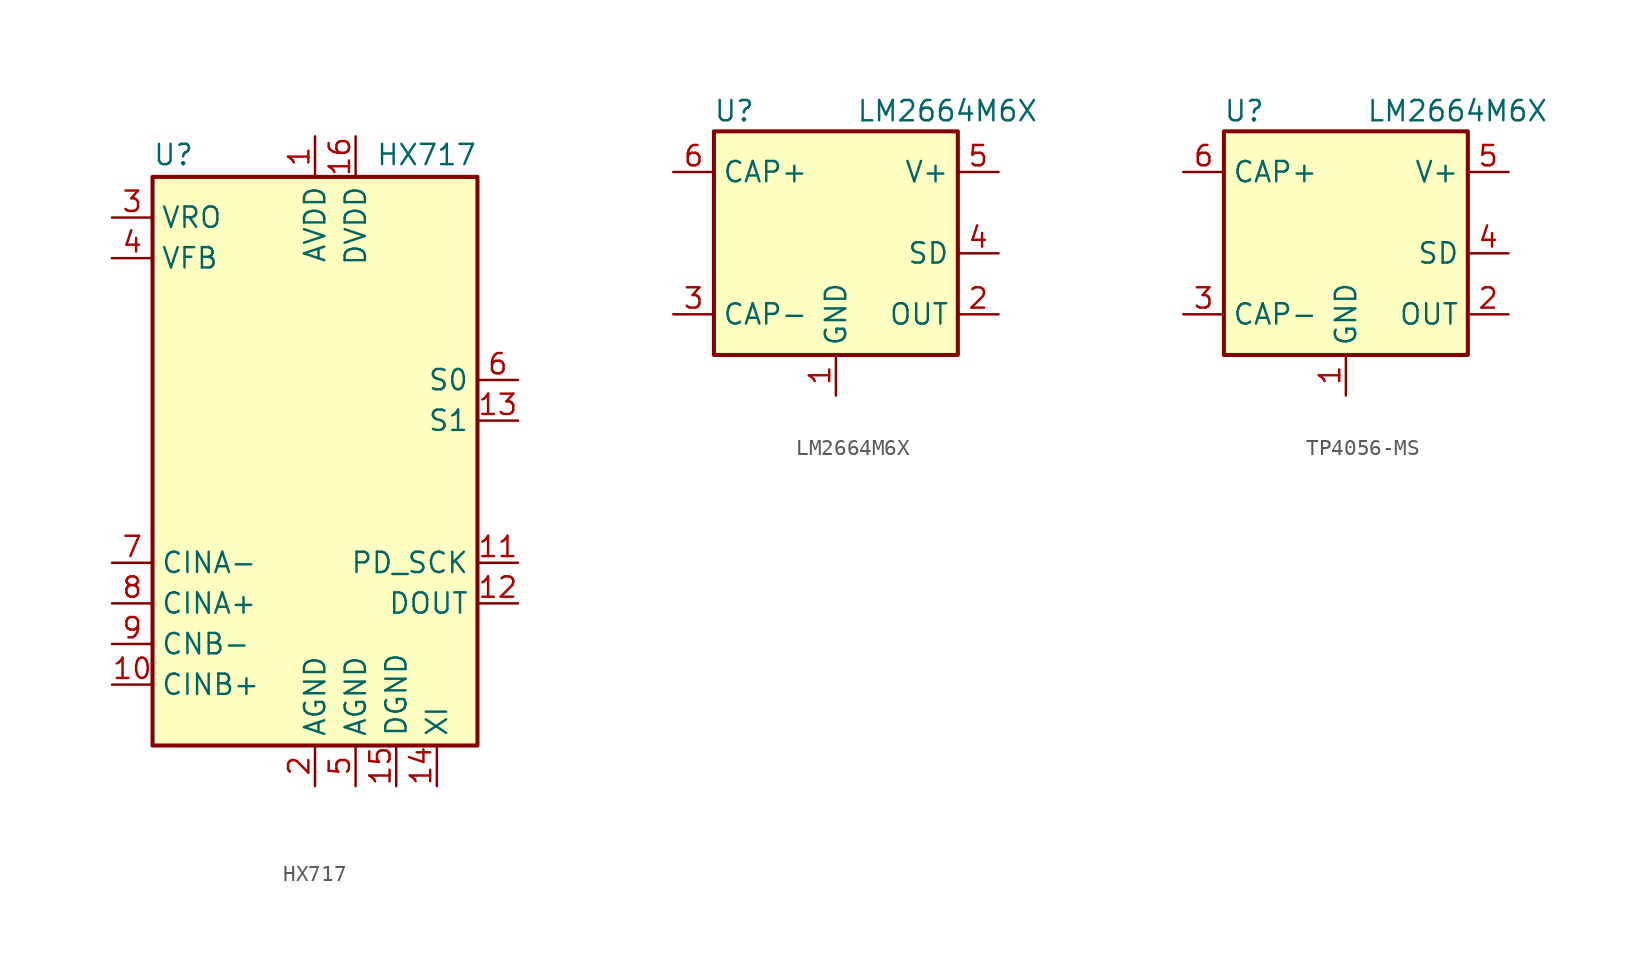
<source format=kicad_sym>
(kicad_symbol_lib
  (version 20220914)
  (generator kicad_symbol_editor)
  (symbol "HX717"
    (property "Reference" "U"
      (at -10.16 18.415 0)
      (effects (font (size 1.27 1.27)) (justify left bottom)))
    (property "Value" "HX717 "
      (at 10.16 18.415 0)
      (effects (font (size 1.27 1.27)) (justify right bottom)))
    (symbol "HX717_0_1"
      (rectangle (start -10.16 17.78) (end 10.16 -17.78) (stroke (width 0.254) (type default)) (fill (type background))))
    (symbol "HX717_1_1"
      (pin power_in line (at 0 20.32 270) (length 2.54) (name "AVDD" (effects (font (size 1.27 1.27)))) (number "1" (effects (font (size 1.27 1.27)))))
      (pin passive line (at -12.7 -13.97 0) (length 2.54) (name "CINB+" (effects (font (size 1.27 1.27)))) (number "10" (effects (font (size 1.27 1.27)))))
      (pin input line (at 12.7 -6.35 180) (length 2.54) (name "PD_SCK" (effects (font (size 1.27 1.27)))) (number "11" (effects (font (size 1.27 1.27)))))
      (pin output line (at 12.7 -8.89 180) (length 2.54) (name "DOUT" (effects (font (size 1.27 1.27)))) (number "12" (effects (font (size 1.27 1.27)))))
      (pin input line (at 12.7 2.54 180) (length 2.54) (name "S1" (effects (font (size 1.27 1.27)))) (number "13" (effects (font (size 1.27 1.27)))))
      (pin input line (at 7.62 -20.32 90) (length 2.54) (name "XI" (effects (font (size 1.27 1.27)))) (number "14" (effects (font (size 1.27 1.27)))))
      (pin power_in line (at 5.08 -20.32 90) (length 2.54) (name "DGND" (effects (font (size 1.27 1.27)))) (number "15" (effects (font (size 1.27 1.27)))))
      (pin power_in line (at 2.54 20.32 270) (length 2.54) (name "DVDD" (effects (font (size 1.27 1.27)))) (number "16" (effects (font (size 1.27 1.27)))))
      (pin power_in line (at 0 -20.32 90) (length 2.54) (name "AGND" (effects (font (size 1.27 1.27)))) (number "2" (effects (font (size 1.27 1.27)))))
      (pin power_in line (at -12.7 15.24 0) (length 2.54) (name "VRO" (effects (font (size 1.27 1.27)))) (number "3" (effects (font (size 1.27 1.27)))))
      (pin input line (at -12.7 12.7 0) (length 2.54) (name "VFB" (effects (font (size 1.27 1.27)))) (number "4" (effects (font (size 1.27 1.27)))))
      (pin power_in line (at 2.54 -20.32 90) (length 2.54) (name "AGND" (effects (font (size 1.27 1.27)))) (number "5" (effects (font (size 1.27 1.27)))))
      (pin input line (at 12.7 5.08 180) (length 2.54) (name "S0" (effects (font (size 1.27 1.27)))) (number "6" (effects (font (size 1.27 1.27)))))
      (pin passive line (at -12.7 -6.35 0) (length 2.54) (name "CINA-" (effects (font (size 1.27 1.27)))) (number "7" (effects (font (size 1.27 1.27)))))
      (pin passive line (at -12.7 -8.89 0) (length 2.54) (name "CINA+" (effects (font (size 1.27 1.27)))) (number "8" (effects (font (size 1.27 1.27)))))
      (pin passive line (at -12.7 -11.43 0) (length 2.54) (name "CNB-" (effects (font (size 1.27 1.27)))) (number "9" (effects (font (size 1.27 1.27)))))))
  (symbol "LM2664M6X"
    (property "Reference" "U"
      (at -6.35 6.35 0)
      (effects (font (size 1.27 1.27))))
    (property "Value" "LM2664M6X"
      (at 1.27 6.35 0)
      (effects (font (size 1.27 1.27)) (justify left)))
    (symbol "LM2664M6X_0_1"
      (rectangle (start -7.62 5.08) (end 7.62 -8.89) (stroke (width 0.254) (type default)) (fill (type background))))
    (symbol "LM2664M6X_1_1"
      (pin power_in line (at 0 -11.43 90) (length 2.54) (name "GND" (effects (font (size 1.27 1.27)))) (number "1" (effects (font (size 1.27 1.27)))))
      (pin power_out line (at 10.16 -6.35 180) (length 2.54) (name "OUT" (effects (font (size 1.27 1.27)))) (number "2" (effects (font (size 1.27 1.27)))))
      (pin passive line (at -10.16 -6.35 0) (length 2.54) (name "CAP-" (effects (font (size 1.27 1.27)))) (number "3" (effects (font (size 1.27 1.27)))))
      (pin input line (at 10.16 -2.54 180) (length 2.54) (name "SD" (effects (font (size 1.27 1.27)))) (number "4" (effects (font (size 1.27 1.27)))))
      (pin passive line (at 10.16 2.54 180) (length 2.54) (name "V+" (effects (font (size 1.27 1.27)))) (number "5" (effects (font (size 1.27 1.27)))))
      (pin passive line (at -10.16 2.54 0) (length 2.54) (name "CAP+" (effects (font (size 1.27 1.27)))) (number "6" (effects (font (size 1.27 1.27)))))))
  (symbol "TP4056-MS"
    (property "Reference" "U"
      (at -6.35 6.35 0)
      (effects (font (size 1.27 1.27))))
    (property "Value" "LM2664M6X"
      (at 1.27 6.35 0)
      (effects (font (size 1.27 1.27)) (justify left)))
    (symbol "TP4056-MS_0_1"
      (rectangle (start -7.62 5.08) (end 7.62 -8.89) (stroke (width 0.254) (type default)) (fill (type background))))
    (symbol "TP4056-MS_1_1"
      (pin power_in line (at 0 -11.43 90) (length 2.54) (name "GND" (effects (font (size 1.27 1.27)))) (number "1" (effects (font (size 1.27 1.27)))))
      (pin power_in line (at 10.16 -6.35 180) (length 2.54) (name "OUT" (effects (font (size 1.27 1.27)))) (number "2" (effects (font (size 1.27 1.27)))))
      (pin passive line (at -10.16 -6.35 0) (length 2.54) (name "CAP-" (effects (font (size 1.27 1.27)))) (number "3" (effects (font (size 1.27 1.27)))))
      (pin input line (at 10.16 -2.54 180) (length 2.54) (name "SD" (effects (font (size 1.27 1.27)))) (number "4" (effects (font (size 1.27 1.27)))))
      (pin passive line (at 10.16 2.54 180) (length 2.54) (name "V+" (effects (font (size 1.27 1.27)))) (number "5" (effects (font (size 1.27 1.27)))))
      (pin passive line (at -10.16 2.54 0) (length 2.54) (name "CAP+" (effects (font (size 1.27 1.27)))) (number "6" (effects (font (size 1.27 1.27))))))))
</source>
